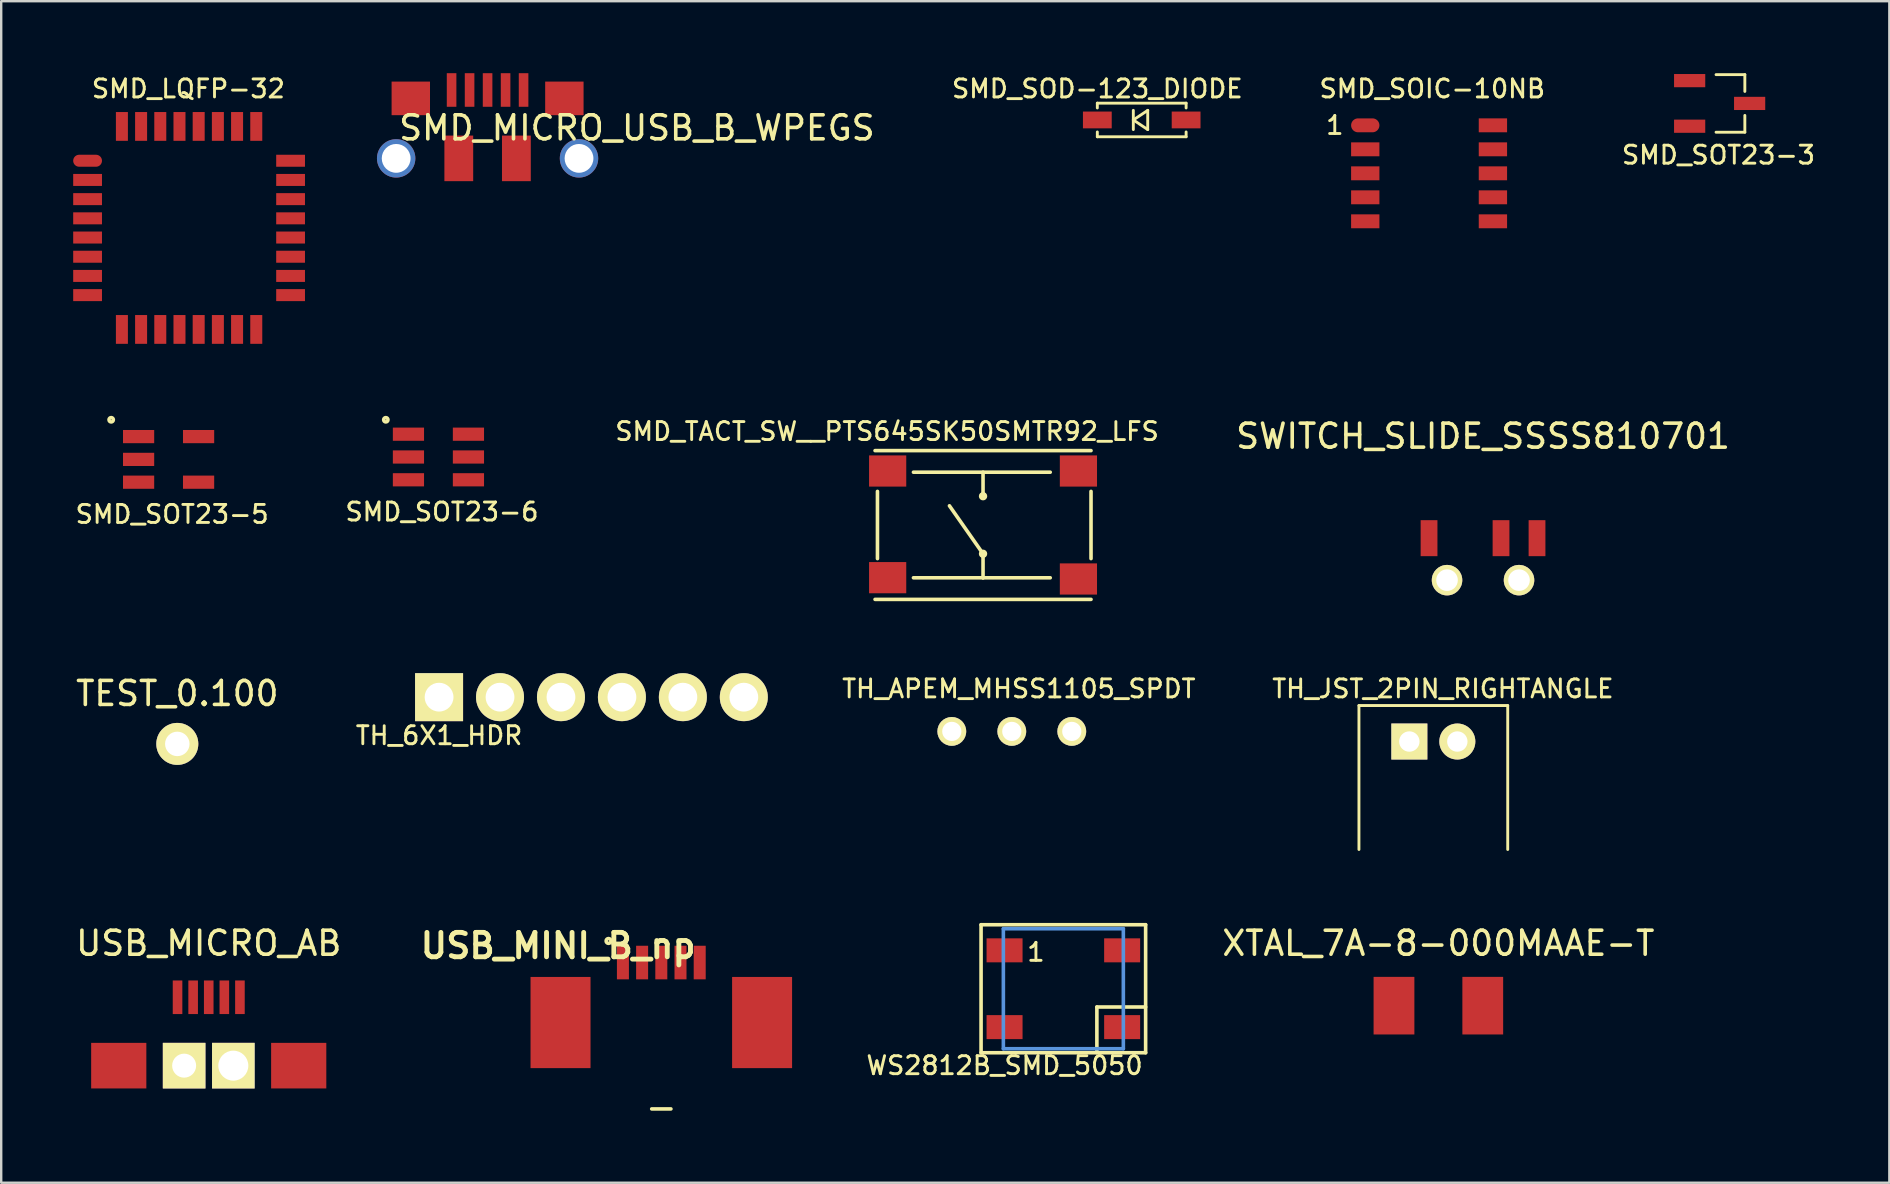
<source format=kicad_pcb>
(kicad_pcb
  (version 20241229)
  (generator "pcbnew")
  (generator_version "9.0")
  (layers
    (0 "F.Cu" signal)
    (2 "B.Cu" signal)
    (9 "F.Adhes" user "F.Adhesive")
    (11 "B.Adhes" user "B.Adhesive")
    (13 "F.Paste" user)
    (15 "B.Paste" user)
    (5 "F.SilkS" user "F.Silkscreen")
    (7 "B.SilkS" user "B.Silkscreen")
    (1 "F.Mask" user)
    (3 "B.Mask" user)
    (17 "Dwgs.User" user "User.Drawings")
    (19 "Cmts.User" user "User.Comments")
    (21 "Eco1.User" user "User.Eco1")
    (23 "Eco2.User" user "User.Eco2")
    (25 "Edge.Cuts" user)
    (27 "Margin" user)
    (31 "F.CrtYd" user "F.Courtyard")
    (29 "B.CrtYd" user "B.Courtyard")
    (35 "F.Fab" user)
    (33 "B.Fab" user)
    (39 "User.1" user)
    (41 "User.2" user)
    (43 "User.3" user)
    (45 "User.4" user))
  (footprint "XTAL_7A-8-000MAAE-T"
    (layer "F.Cu")
    (at 56.894 38.861)
    (property "Reference" "XTAL_7A-8-000MAAE-T" (at 0 -2.6 0) (layer "F.SilkS") (effects (font (size 1 1) (thickness 0.15))))
    (attr through_hole)
    (pad "1" smd rect (at -1.85 0) (size 1.7 2.4) (layers "F.Cu" "F.Mask" "F.Paste"))
    (pad "2" smd rect (at 1.85 0) (size 1.7 2.4) (layers "F.Cu" "F.Mask" "F.Paste")))
  (footprint "TH_APEM_MHSS1105_SPDT"
    (layer "F.Cu")
    (at 36.616 27.431)
    (property "Reference" "TH_APEM_MHSS1105_SPDT" (at 2.794 -1.778 0) (layer "F.SilkS") (effects (font (size 0.75 0.75) (thickness 0.12))))
    (attr through_hole)
    (pad "1" thru_hole circle (at 0 0) (size 1.2 1.2) (drill 0.8) (layers "*.Cu" "*.Mask" "F.SilkS"))
    (pad "2" thru_hole circle (at 2.5 0) (size 1.2 1.2) (drill 0.8) (layers "*.Cu" "*.Mask" "F.SilkS"))
    (pad "3" thru_hole circle (at 5 0) (size 1.2 1.2) (drill 0.8) (layers "*.Cu" "*.Mask" "F.SilkS")))
  (footprint "SMD_SOD-123_DIODE"
    (layer "F.Cu")
    (at 42.681 1.949)
    (property "Reference" "SMD_SOD-123_DIODE" (at 0 -1.3 0) (layer "F.SilkS") (effects (font (size 0.75 0.75) (thickness 0.12))))
    (attr through_hole)
    (fp_line (start 0 -0.7) (end 0 -0.5) (stroke (width 0.12) (type solid)) (layer "F.SilkS"))
    (fp_line (start 0 -0.7) (end 3.7 -0.7) (stroke (width 0.12) (type solid)) (layer "F.SilkS"))
    (fp_line (start 0 0.5) (end 0 0.7) (stroke (width 0.12) (type solid)) (layer "F.SilkS"))
    (fp_line (start 0 0.7) (end 3.7 0.7) (stroke (width 0.12) (type solid)) (layer "F.SilkS"))
    (fp_line (start 1.5 -0.4) (end 1.5 0.4) (stroke (width 0.12) (type solid)) (layer "F.SilkS"))
    (fp_line (start 1.5 0) (end 2.1 -0.4) (stroke (width 0.12) (type solid)) (layer "F.SilkS"))
    (fp_line (start 2.1 -0.4) (end 2.1 0.4) (stroke (width 0.12) (type solid)) (layer "F.SilkS"))
    (fp_line (start 2.1 0.4) (end 1.5 0) (stroke (width 0.12) (type solid)) (layer "F.SilkS"))
    (fp_line (start 3.7 -0.7) (end 3.7 -0.5) (stroke (width 0.12) (type solid)) (layer "F.SilkS"))
    (fp_line (start 3.7 0.7) (end 3.7 0.5) (stroke (width 0.12) (type solid)) (layer "F.SilkS"))
    (pad "1" smd rect (at 0 0) (size 1.2 0.7) (layers "F.Cu" "F.Mask" "F.Paste"))
    (pad "2" smd rect (at 3.7 0) (size 1.2 0.7) (layers "F.Cu" "F.Mask" "F.Paste")))
  (footprint "TH_6X1_HDR"
    (layer "F.Cu")
    (at 15.248 26.004)
    (property "Reference" "TH_6X1_HDR" (at 0 1.6 0) (layer "F.SilkS") (effects (font (size 0.75 0.75) (thickness 0.12))))
    (attr through_hole)
    (pad "1" thru_hole rect (at 0 0) (size 2 2) (drill 1.2) (layers "*.Cu" "*.Mask" "F.SilkS"))
    (pad "2" thru_hole circle (at 2.54 0) (size 2 2) (drill 1.2) (layers "*.Cu" "*.Mask" "F.SilkS"))
    (pad "3" thru_hole circle (at 5.08 0) (size 2 2) (drill 1.2) (layers "*.Cu" "*.Mask" "F.SilkS"))
    (pad "4" thru_hole circle (at 7.62 0) (size 2 2) (drill 1.2) (layers "*.Cu" "*.Mask" "F.SilkS"))
    (pad "5" thru_hole circle (at 10.16 0) (size 2 2) (drill 1.2) (layers "*.Cu" "*.Mask" "F.SilkS"))
    (pad "6" thru_hole circle (at 12.7 0) (size 2 2) (drill 1.2) (layers "*.Cu" "*.Mask" "F.SilkS")))
  (footprint "USB_MICRO_AB"
    (layer "F.Cu")
    (at 5.649 41.361)
    (property "Reference" "USB_MICRO_AB" (at 0 -5.1 0) (layer "F.SilkS") (effects (font (size 1 1) (thickness 0.15))))
    (attr through_hole)
    (pad "1" smd rect (at -1.3 -2.85) (size 0.4 1.4) (layers "F.Cu" "F.Mask" "F.Paste"))
    (pad "2" smd rect (at -0.65 -2.85) (size 0.4 1.4) (layers "F.Cu" "F.Mask" "F.Paste"))
    (pad "3" smd rect (at 0 -2.85) (size 0.4 1.4) (layers "F.Cu" "F.Mask" "F.Paste"))
    (pad "4" smd rect (at 0.65 -2.85) (size 0.4 1.4) (layers "F.Cu" "F.Mask" "F.Paste"))
    (pad "5" smd rect (at 1.3 -2.85) (size 0.4 1.4) (layers "F.Cu" "F.Mask" "F.Paste"))
    (pad "6" smd rect (at -3.75 0) (size 2.3 1.9) (layers "F.Cu" "F.Mask" "F.Paste"))
    (pad "6" thru_hole rect (at -1.025 0) (size 1.775 1.9) (drill 1) (layers "*.Cu" "*.Mask" "F.SilkS"))
    (pad "6" thru_hole rect (at 1.025 0) (size 1.775 1.9) (drill 1.25) (layers "*.Cu" "*.Mask" "F.SilkS"))
    (pad "6" smd rect (at 3.75 0) (size 2.3 1.9) (layers "F.Cu" "F.Mask" "F.Paste")))
  (footprint "SMD_MICRO_USB_B_WPEGS"
    (layer "F.Cu")
    (at 17.27 3.55)
    (property "Reference" "SMD_MICRO_USB_B_WPEGS" (at 6.223 -1.27 0) (layer "F.SilkS") (effects (font (size 1 1) (thickness 0.15))))
    (attr through_hole)
    (pad "1" smd rect (at -1.5 -2.85) (size 0.4 1.4) (layers "F.Cu" "F.Mask" "F.Paste"))
    (pad "2" smd rect (at -0.75 -2.85) (size 0.4 1.4) (layers "F.Cu" "F.Mask" "F.Paste"))
    (pad "3" smd rect (at 0 -2.85) (size 0.4 1.4) (layers "F.Cu" "F.Mask" "F.Paste"))
    (pad "4" smd rect (at 0.75 -2.85) (size 0.4 1.4) (layers "F.Cu" "F.Mask" "F.Paste"))
    (pad "5" smd rect (at 1.5 -2.85) (size 0.4 1.4) (layers "F.Cu" "F.Mask" "F.Paste"))
    (pad "6" thru_hole circle (at -3.81 0) (size 1.6 1.6) (drill 1.2) (layers "*.Cu" "*.Mask"))
    (pad "6" smd rect (at -3.2 -2.5) (size 1.6 1.4) (layers "F.Cu" "F.Mask" "F.Paste"))
    (pad "6" smd rect (at -1.2 0) (size 1.2 1.9) (layers "F.Cu" "F.Mask" "F.Paste"))
    (pad "6" smd rect (at 1.2 0) (size 1.2 1.9) (layers "F.Cu" "F.Mask" "F.Paste"))
    (pad "6" smd rect (at 3.2 -2.5) (size 1.6 1.4) (layers "F.Cu" "F.Mask" "F.Paste"))
    (pad "6" thru_hole circle (at 3.81 0) (size 1.6 1.6) (drill 1.2) (layers "*.Cu" "*.Mask")))
  (footprint "SMD_SOT23-5"
    (layer "F.Cu")
    (at 2.726 16.095)
    (property "Reference" "SMD_SOT23-5" (at 1.397 2.286 0) (layer "F.SilkS") (effects (font (size 0.75 0.75) (thickness 0.12))))
    (attr through_hole)
    (fp_circle (center -1.143 -1.651) (end -1.079 -1.587) (stroke (width 0.15) (type solid)) (fill no) (layer "F.SilkS"))
    (pad "1" smd rect (at 0 -0.95) (size 1.3 0.55) (layers "F.Cu" "F.Mask" "F.Paste"))
    (pad "2" smd rect (at 0 0) (size 1.3 0.55) (layers "F.Cu" "F.Mask" "F.Paste"))
    (pad "3" smd rect (at 0 0.95) (size 1.3 0.55) (layers "F.Cu" "F.Mask" "F.Paste"))
    (pad "4" smd rect (at 2.5 0.95) (size 1.3 0.55) (layers "F.Cu" "F.Mask" "F.Paste"))
    (pad "5" smd rect (at 2.5 -0.95) (size 1.3 0.55) (layers "F.Cu" "F.Mask" "F.Paste")))
  (footprint "SMD_LQFP-32"
    (layer "F.Cu")
    (at 0.6 6.449)
    (property "Reference" "SMD_LQFP-32" (at 4.2 -5.8 0) (layer "F.SilkS") (effects (font (size 0.75 0.75) (thickness 0.12))))
    (attr through_hole)
    (pad "1" smd oval (at 0 -2.8) (size 1.2 0.5) (layers "F.Cu" "F.Mask" "F.Paste"))
    (pad "2" smd rect (at 0 -2) (size 1.2 0.5) (layers "F.Cu" "F.Mask" "F.Paste"))
    (pad "3" smd rect (at 0 -1.2) (size 1.2 0.5) (layers "F.Cu" "F.Mask" "F.Paste"))
    (pad "4" smd rect (at 0 -0.4) (size 1.2 0.5) (layers "F.Cu" "F.Mask" "F.Paste"))
    (pad "5" smd rect (at 0 0.4) (size 1.2 0.5) (layers "F.Cu" "F.Mask" "F.Paste"))
    (pad "6" smd rect (at 0 1.2) (size 1.2 0.5) (layers "F.Cu" "F.Mask" "F.Paste"))
    (pad "7" smd rect (at 0 2) (size 1.2 0.5) (layers "F.Cu" "F.Mask" "F.Paste"))
    (pad "8" smd rect (at 0 2.8) (size 1.2 0.5) (layers "F.Cu" "F.Mask" "F.Paste"))
    (pad "9" smd rect (at 1.43 4.23) (size 0.5 1.2) (layers "F.Cu" "F.Mask" "F.Paste"))
    (pad "10" smd rect (at 2.23 4.23) (size 0.5 1.2) (layers "F.Cu" "F.Mask" "F.Paste"))
    (pad "11" smd rect (at 3.03 4.23) (size 0.5 1.2) (layers "F.Cu" "F.Mask" "F.Paste"))
    (pad "12" smd rect (at 3.83 4.23) (size 0.5 1.2) (layers "F.Cu" "F.Mask" "F.Paste"))
    (pad "13" smd rect (at 4.63 4.23) (size 0.5 1.2) (layers "F.Cu" "F.Mask" "F.Paste"))
    (pad "14" smd rect (at 5.43 4.23) (size 0.5 1.2) (layers "F.Cu" "F.Mask" "F.Paste"))
    (pad "15" smd rect (at 6.23 4.23) (size 0.5 1.2) (layers "F.Cu" "F.Mask" "F.Paste"))
    (pad "16" smd rect (at 7.03 4.23) (size 0.5 1.2) (layers "F.Cu" "F.Mask" "F.Paste"))
    (pad "17" smd rect (at 8.46 2.8) (size 1.2 0.5) (layers "F.Cu" "F.Mask" "F.Paste"))
    (pad "18" smd rect (at 8.46 2) (size 1.2 0.5) (layers "F.Cu" "F.Mask" "F.Paste"))
    (pad "19" smd rect (at 8.46 1.2) (size 1.2 0.5) (layers "F.Cu" "F.Mask" "F.Paste"))
    (pad "20" smd rect (at 8.46 0.4) (size 1.2 0.5) (layers "F.Cu" "F.Mask" "F.Paste"))
    (pad "21" smd rect (at 8.46 -0.4) (size 1.2 0.5) (layers "F.Cu" "F.Mask" "F.Paste"))
    (pad "22" smd rect (at 8.46 -1.2) (size 1.2 0.5) (layers "F.Cu" "F.Mask" "F.Paste"))
    (pad "23" smd rect (at 8.46 -2) (size 1.2 0.5) (layers "F.Cu" "F.Mask" "F.Paste"))
    (pad "24" smd rect (at 8.46 -2.8) (size 1.2 0.5) (layers "F.Cu" "F.Mask" "F.Paste"))
    (pad "25" smd rect (at 7.03 -4.23) (size 0.5 1.2) (layers "F.Cu" "F.Mask" "F.Paste"))
    (pad "26" smd rect (at 6.23 -4.23) (size 0.5 1.2) (layers "F.Cu" "F.Mask" "F.Paste"))
    (pad "27" smd rect (at 5.43 -4.23) (size 0.5 1.2) (layers "F.Cu" "F.Mask" "F.Paste"))
    (pad "28" smd rect (at 4.63 -4.23) (size 0.5 1.2) (layers "F.Cu" "F.Mask" "F.Paste"))
    (pad "29" smd rect (at 3.83 -4.23) (size 0.5 1.2) (layers "F.Cu" "F.Mask" "F.Paste"))
    (pad "30" smd rect (at 3.03 -4.23) (size 0.5 1.2) (layers "F.Cu" "F.Mask" "F.Paste"))
    (pad "31" smd rect (at 2.23 -4.23) (size 0.5 1.2) (layers "F.Cu" "F.Mask" "F.Paste"))
    (pad "32" smd rect (at 1.43 -4.23) (size 0.5 1.2) (layers "F.Cu" "F.Mask" "F.Paste")))
  (footprint "SMD_SOIC-10NB"
    (layer "F.Cu")
    (at 53.847 2.173)
    (property "Reference" "SMD_SOIC-10NB" (at 2.794 -1.524 0) (layer "F.SilkS") (effects (font (size 0.75 0.75) (thickness 0.12))))
    (attr through_hole)
    (fp_text user "1" (at -1.27 0 0) (layer "F.SilkS") (effects (font (size 0.75 0.75) (thickness 0.12))))
    (pad "1" smd oval (at 0 0) (size 1.18 0.58) (layers "F.Cu" "F.Mask" "F.Paste"))
    (pad "2" smd rect (at 0 1) (size 1.18 0.58) (layers "F.Cu" "F.Mask" "F.Paste"))
    (pad "3" smd rect (at 0 2) (size 1.18 0.58) (layers "F.Cu" "F.Mask" "F.Paste"))
    (pad "4" smd rect (at 0 3) (size 1.18 0.58) (layers "F.Cu" "F.Mask" "F.Paste"))
    (pad "5" smd rect (at 0 4) (size 1.18 0.58) (layers "F.Cu" "F.Mask" "F.Paste"))
    (pad "6" smd rect (at 5.32 4) (size 1.18 0.58) (layers "F.Cu" "F.Mask" "F.Paste"))
    (pad "7" smd rect (at 5.32 3) (size 1.18 0.58) (layers "F.Cu" "F.Mask" "F.Paste"))
    (pad "8" smd rect (at 5.32 2) (size 1.18 0.58) (layers "F.Cu" "F.Mask" "F.Paste"))
    (pad "9" smd rect (at 5.32 1) (size 1.18 0.58) (layers "F.Cu" "F.Mask" "F.Paste"))
    (pad "10" smd rect (at 5.32 0) (size 1.18 0.58) (layers "F.Cu" "F.Mask" "F.Paste")))
  (footprint "SMD_SOT23-3"
    (layer "F.Cu")
    (at 67.366 1.26)
    (property "Reference" "SMD_SOT23-3" (at 1.2 2.15 0) (layer "F.SilkS") (effects (font (size 0.75 0.75) (thickness 0.12))))
    (attr through_hole)
    (fp_line (start 1.1 -1.2) (end 2.3 -1.2) (stroke (width 0.12) (type solid)) (layer "F.SilkS"))
    (fp_line (start 1.1 1.2) (end 2.3 1.2) (stroke (width 0.12) (type solid)) (layer "F.SilkS"))
    (fp_line (start 2.3 -1.2) (end 2.3 -0.5) (stroke (width 0.12) (type solid)) (layer "F.SilkS"))
    (fp_line (start 2.3 1.2) (end 2.3 0.5) (stroke (width 0.12) (type solid)) (layer "F.SilkS"))
    (pad "1" smd rect (at 0 -0.95) (size 1.3 0.55) (layers "F.Cu" "F.Mask" "F.Paste"))
    (pad "2" smd rect (at 0 0.95) (size 1.3 0.55) (layers "F.Cu" "F.Mask" "F.Paste"))
    (pad "3" smd rect (at 2.5 0) (size 1.3 0.55) (layers "F.Cu" "F.Mask" "F.Paste")))
  (footprint "SWITCH_SLIDE_SSSS810701"
    (layer "F.Cu")
    (at 58.755 21.128)
    (property "Reference" "SWITCH_SLIDE_SSSS810701" (at 0 -6 0) (layer "F.SilkS") (effects (font (size 1 1) (thickness 0.15))))
    (attr through_hole)
    (pad "1" smd rect (at -2.25 -1.75) (size 0.7 1.5) (layers "F.Cu" "F.Mask" "F.Paste"))
    (pad "2" smd rect (at 0.75 -1.75) (size 0.7 1.5) (layers "F.Cu" "F.Mask" "F.Paste"))
    (pad "3" smd rect (at 2.25 -1.75) (size 0.7 1.5) (layers "F.Cu" "F.Mask" "F.Paste"))
    (pad "~" thru_hole circle (at -1.5 0) (size 1.27 1.27) (drill 0.9) (layers "*.Cu" "*.Mask" "F.SilkS"))
    (pad "~" thru_hole circle (at 1.5 0) (size 1.27 1.27) (drill 0.9) (layers "*.Cu" "*.Mask" "F.SilkS")))
  (footprint "SMD_TACT_SW__PTS645SK50SMTR92_LFS"
    (layer "F.Cu")
    (at 33.943 16.579)
    (property "Reference" "SMD_TACT_SW__PTS645SK50SMTR92_LFS" (at -0.025 -1.65 0) (layer "F.SilkS") (effects (font (size 0.75 0.75) (thickness 0.12))))
    (attr through_hole)
    (fp_line (start -0.525 -0.85) (end 8.475 -0.85) (stroke (width 0.15) (type solid)) (layer "F.SilkS"))
    (fp_line (start -0.425 3.65) (end -0.425 0.85) (stroke (width 0.15) (type solid)) (layer "F.SilkS"))
    (fp_line (start 1.075 0.05) (end 6.775 0.05) (stroke (width 0.15) (type solid)) (layer "F.SilkS"))
    (fp_line (start 3.975 0.05) (end 3.975 1.05) (stroke (width 0.15) (type solid)) (layer "F.SilkS"))
    (fp_line (start 3.975 3.45) (end 2.575 1.45) (stroke (width 0.15) (type solid)) (layer "F.SilkS"))
    (fp_line (start 3.975 4.45) (end 1.075 4.45) (stroke (width 0.15) (type solid)) (layer "F.SilkS"))
    (fp_line (start 3.975 4.45) (end 3.975 3.45) (stroke (width 0.15) (type solid)) (layer "F.SilkS"))
    (fp_line (start 3.975 4.45) (end 6.775 4.45) (stroke (width 0.15) (type solid)) (layer "F.SilkS"))
    (fp_line (start 8.475 0.85) (end 8.475 3.65) (stroke (width 0.15) (type solid)) (layer "F.SilkS"))
    (fp_line (start 8.475 5.35) (end -0.525 5.35) (stroke (width 0.15) (type solid)) (layer "F.SilkS"))
    (fp_circle (center 3.975 1.05) (end 4.075 1.05) (stroke (width 0.15) (type solid)) (fill no) (layer "F.SilkS"))
    (fp_circle (center 3.975 3.45) (end 3.975 3.35) (stroke (width 0.15) (type solid)) (fill no) (layer "F.SilkS"))
    (pad "1" smd rect (at 0 0) (size 1.55 1.3) (layers "F.Cu" "F.Mask" "F.Paste"))
    (pad "1" smd rect (at 7.95 0) (size 1.55 1.3) (layers "F.Cu" "F.Mask" "F.Paste"))
    (pad "2" smd rect (at 0 4.445) (size 1.55 1.3) (layers "F.Cu" "F.Mask" "F.Paste"))
    (pad "2" smd rect (at 7.95 4.5) (size 1.55 1.3) (layers "F.Cu" "F.Mask" "F.Paste")))
  (footprint "USB_MINI_B_np"
    (layer "F.Cu")
    (at 24.51 37.064)
    (property "Reference" "USB_MINI_B_np" (at -4.3 -0.7 0) (layer "F.SilkS") (effects (font (size 1.016 1.016) (thickness 0.203))))
    (attr through_hole)
    (fp_line (start -0.4 6.1) (end 0.4 6.1) (stroke (width 0.15) (type solid)) (layer "F.SilkS"))
    (fp_circle (center -2.2 -0.9) (end -2.1 -0.9) (stroke (width 0.15) (type solid)) (fill no) (layer "F.SilkS"))
    (pad "1" smd rect (at -1.6 0) (size 0.5 1.4) (layers "F.Cu" "F.Mask" "F.Paste"))
    (pad "2" smd rect (at -0.8 0) (size 0.5 1.4) (layers "F.Cu" "F.Mask" "F.Paste"))
    (pad "3" smd rect (at 0 0) (size 0.5 1.4) (layers "F.Cu" "F.Mask" "F.Paste"))
    (pad "4" smd rect (at 0.8 0) (size 0.5 1.4) (layers "F.Cu" "F.Mask" "F.Paste"))
    (pad "5" smd rect (at 1.6 0) (size 0.5 1.4) (layers "F.Cu" "F.Mask" "F.Paste"))
    (pad "6" smd rect (at -4.2 2.5) (size 2.5 3.8) (layers "F.Cu" "F.Mask" "F.Paste"))
    (pad "6" smd rect (at 4.2 2.5) (size 2.5 3.8) (layers "F.Cu" "F.Mask" "F.Paste")))
  (footprint "TH_JST_2PIN_RIGHTANGLE"
    (layer "F.Cu")
    (at 55.684 27.853)
    (property "Reference" "TH_JST_2PIN_RIGHTANGLE" (at 1.4 -2.2 0) (layer "F.SilkS") (effects (font (size 0.75 0.75) (thickness 0.12))))
    (attr through_hole)
    (fp_line (start -2.1 -1.5) (end -2.1 4.5) (stroke (width 0.12) (type solid)) (layer "F.SilkS"))
    (fp_line (start -2.1 -1.5) (end 4.1 -1.5) (stroke (width 0.12) (type solid)) (layer "F.SilkS"))
    (fp_line (start 4.1 -1.5) (end 4.1 4.5) (stroke (width 0.12) (type solid)) (layer "F.SilkS"))
    (pad "1" thru_hole rect (at 0 0) (size 1.5 1.5) (drill 0.85) (layers "*.Cu" "*.Mask" "F.SilkS"))
    (pad "2" thru_hole circle (at 2 0) (size 1.5 1.5) (drill 0.85) (layers "*.Cu" "*.Mask" "F.SilkS")))
  (footprint "SMD_SOT23-6"
    (layer "F.Cu")
    (at 13.972 15.995)
    (property "Reference" "SMD_SOT23-6" (at 1.397 2.286 0) (layer "F.SilkS") (effects (font (size 0.75 0.75) (thickness 0.12))))
    (attr through_hole)
    (fp_circle (center -0.943 -1.551) (end -0.879 -1.488) (stroke (width 0.15) (type solid)) (fill no) (layer "F.SilkS"))
    (pad "1" smd rect (at 0 -0.95) (size 1.3 0.55) (layers "F.Cu" "F.Mask" "F.Paste"))
    (pad "2" smd rect (at 0 0) (size 1.3 0.55) (layers "F.Cu" "F.Mask" "F.Paste"))
    (pad "3" smd rect (at 0 0.95) (size 1.3 0.55) (layers "F.Cu" "F.Mask" "F.Paste"))
    (pad "4" smd rect (at 2.5 0.95) (size 1.3 0.55) (layers "F.Cu" "F.Mask" "F.Paste"))
    (pad "5" smd rect (at 2.5 0) (size 1.3 0.55) (layers "F.Cu" "F.Mask" "F.Paste"))
    (pad "6" smd rect (at 2.5 -0.95) (size 1.3 0.55) (layers "F.Cu" "F.Mask" "F.Paste")))
  (footprint "WS2812B_SMD_5050"
    (layer "F.Cu")
    (at 41.265 38.155)
    (property "Reference" "WS2812B_SMD_5050" (at -2.45 3.2 0) (layer "F.SilkS") (effects (font (size 0.75 0.75) (thickness 0.12))))
    (attr through_hole)
    (fp_line (start -3.429 -2.667) (end -3.429 2.667) (stroke (width 0.15) (type solid)) (layer "F.SilkS"))
    (fp_line (start -3.429 2.667) (end 3.429 2.667) (stroke (width 0.15) (type solid)) (layer "F.SilkS"))
    (fp_line (start 1.397 0.762) (end 1.397 2.667) (stroke (width 0.15) (type solid)) (layer "F.SilkS"))
    (fp_line (start 3.429 -2.667) (end -3.429 -2.667) (stroke (width 0.15) (type solid)) (layer "F.SilkS"))
    (fp_line (start 3.429 0.762) (end 1.397 0.762) (stroke (width 0.15) (type solid)) (layer "F.SilkS"))
    (fp_line (start 3.429 2.667) (end 3.429 -2.667) (stroke (width 0.15) (type solid)) (layer "F.SilkS"))
    (fp_line (start -2.5 -2.5) (end 2.5 -2.5) (stroke (width 0.15) (type solid)) (layer "Cmts.User"))
    (fp_line (start -2.5 2.5) (end -2.5 -2.5) (stroke (width 0.15) (type solid)) (layer "Cmts.User"))
    (fp_line (start 2.5 -2.5) (end 2.5 2.5) (stroke (width 0.15) (type solid)) (layer "Cmts.User"))
    (fp_line (start 2.5 2.5) (end -2.5 2.5) (stroke (width 0.15) (type solid)) (layer "Cmts.User"))
    (fp_text user "1" (at -1.143 -1.524 0) (layer "F.SilkS") (effects (font (size 0.75 0.75) (thickness 0.12))))
    (pad "1" smd rect (at -2.45 -1.6) (size 1.5 1) (layers "F.Cu" "F.Mask" "F.Paste"))
    (pad "2" smd rect (at -2.45 1.6) (size 1.5 1) (layers "F.Cu" "F.Mask" "F.Paste"))
    (pad "3" smd rect (at 2.45 1.6) (size 1.5 1) (layers "F.Cu" "F.Mask" "F.Paste"))
    (pad "4" smd rect (at 2.45 -1.6) (size 1.5 1) (layers "F.Cu" "F.Mask" "F.Paste")))
  (footprint "TEST_0.100"
    (layer "F.Cu")
    (at 4.339 27.952)
    (property "Reference" "TEST_0.100" (at 0 -2.1 0) (layer "F.SilkS") (effects (font (size 1 1) (thickness 0.15))))
    (attr through_hole)
    (pad "1" thru_hole circle (at 0 0) (size 1.75 1.75) (drill 1.02) (layers "*.Cu" "*.Mask" "F.SilkS")))
  (gr_rect
    (start -3 -3)
    (end 75.688 46.239)
    (stroke (width 0.1) (type default))
    (fill no)
    (layer "Edge.Cuts")))
</source>
